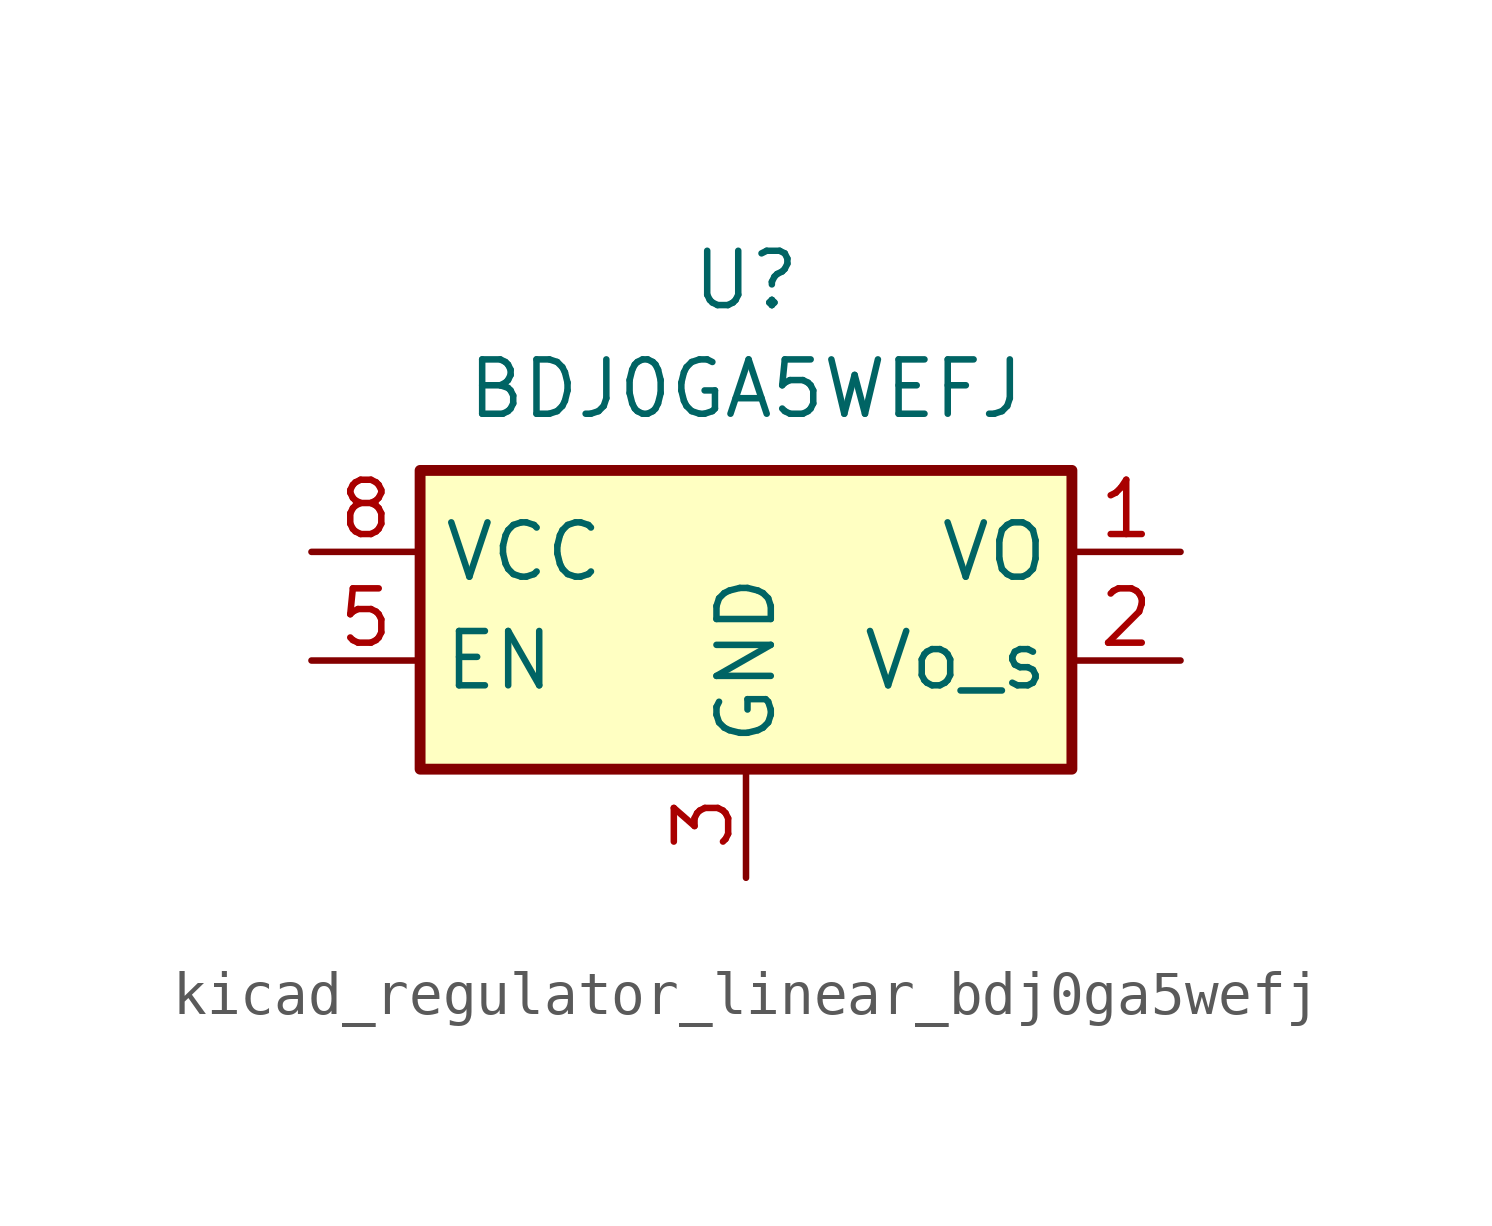
<source format=kicad_sym>
(kicad_symbol_lib
  (version 20220914)
  (generator kicad_symbol_editor)
  (symbol "kicad_regulator_linear_bdj0ga5wefj"
    (property "Reference" "U"
      (at 0 6.35 0)
      (effects (font (size 1.27 1.27))))
    (property "Value" "BDJ0GA5WEFJ"
      (at 0 3.81 0)
      (effects (font (size 1.27 1.27))))
    (symbol "kicad_regulator_linear_bdj0ga5wefj_1_1"
      (rectangle (start -7.62 -5.08) (end 7.62 1.905) (stroke (width 0.254) (type default)) (fill (type background)))
      (pin power_out line (at 10.16 0 180) (length 2.54) (name "VO" (effects (font (size 1.27 1.27)))) (number "1" (effects (font (size 1.27 1.27)))))
      (pin input line (at 10.16 -2.54 180) (length 2.54) (name "Vo_s" (effects (font (size 1.27 1.27)))) (number "2" (effects (font (size 1.27 1.27)))))
      (pin power_in line (at 0 -7.62 90) (length 2.54) (name "GND" (effects (font (size 1.27 1.27)))) (number "3" (effects (font (size 1.27 1.27)))))
      (pin passive line (at 0 -7.62 90) (length 2.54) hide (name "GND" (effects (font (size 1.27 1.27)))) (number "4" (effects (font (size 1.27 1.27)))))
      (pin input line (at -10.16 -2.54 0) (length 2.54) (name "EN" (effects (font (size 1.27 1.27)))) (number "5" (effects (font (size 1.27 1.27)))))
      (pin passive line (at 0 -7.62 90) (length 2.54) hide (name "GND" (effects (font (size 1.27 1.27)))) (number "6" (effects (font (size 1.27 1.27)))))
      (pin passive line (at 0 -7.62 90) (length 2.54) hide (name "GND" (effects (font (size 1.27 1.27)))) (number "7" (effects (font (size 1.27 1.27)))))
      (pin power_in line (at -10.16 0 0) (length 2.54) (name "VCC" (effects (font (size 1.27 1.27)))) (number "8" (effects (font (size 1.27 1.27)))))
      (pin passive line (at 0 -7.62 90) (length 2.54) hide (name "GND" (effects (font (size 1.27 1.27)))) (number "9" (effects (font (size 1.27 1.27))))))))
</source>
